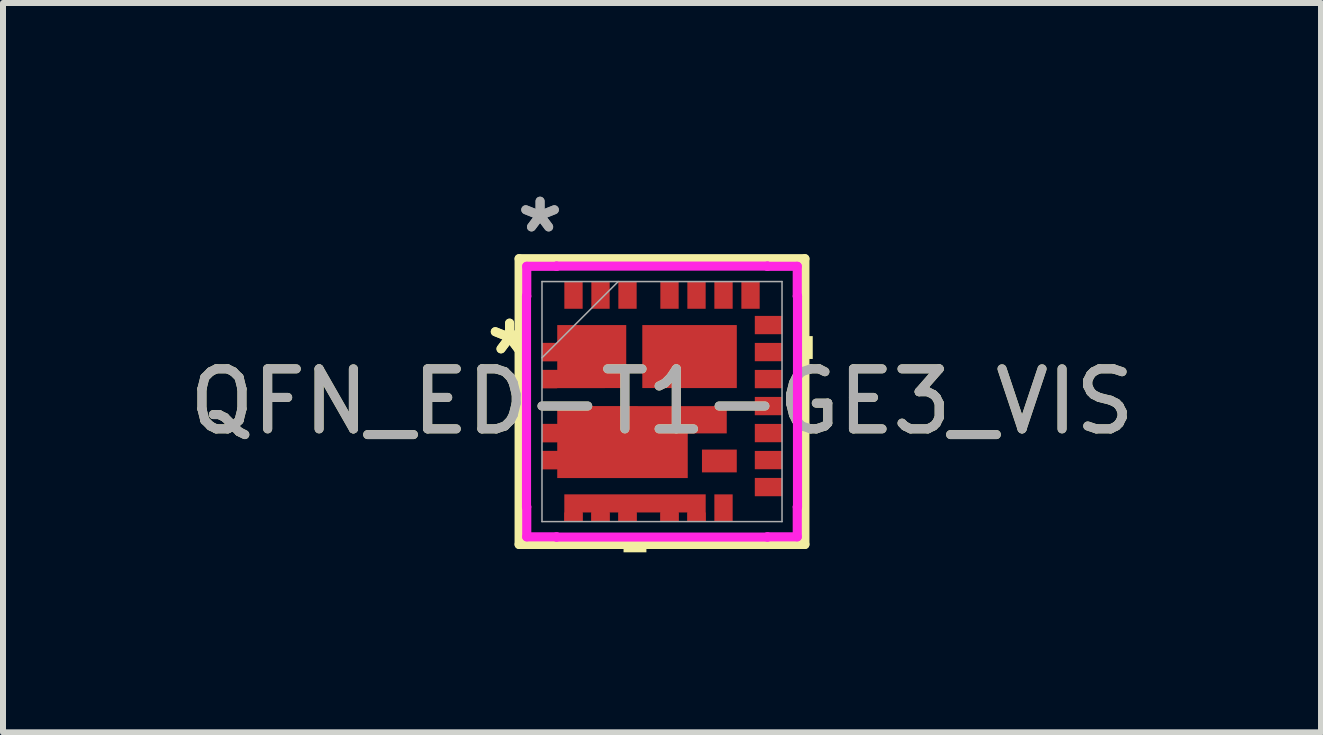
<source format=kicad_pcb>
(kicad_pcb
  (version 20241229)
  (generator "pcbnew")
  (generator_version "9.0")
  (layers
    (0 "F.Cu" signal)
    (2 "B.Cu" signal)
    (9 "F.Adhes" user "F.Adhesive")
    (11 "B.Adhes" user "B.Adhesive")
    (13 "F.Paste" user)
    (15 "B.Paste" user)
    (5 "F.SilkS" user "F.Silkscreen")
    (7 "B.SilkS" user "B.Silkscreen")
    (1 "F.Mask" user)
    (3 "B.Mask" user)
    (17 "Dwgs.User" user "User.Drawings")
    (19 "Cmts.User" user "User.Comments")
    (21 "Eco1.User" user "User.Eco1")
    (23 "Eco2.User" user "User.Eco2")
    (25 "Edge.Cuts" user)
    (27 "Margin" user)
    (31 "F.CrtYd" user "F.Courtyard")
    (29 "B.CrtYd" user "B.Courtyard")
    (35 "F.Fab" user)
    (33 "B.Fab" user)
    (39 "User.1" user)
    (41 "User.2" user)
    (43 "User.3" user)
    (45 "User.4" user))
  (footprint "QFN_ED-T1-GE3_VIS"
    (layer "F.Cu")
    (at 7.982 3.642)
    (property "Reference" "QFN_ED-T1-GE3_VIS" (at 0 0 0) (unlocked yes) (layer "F.SilkS") (effects (font (size 1 1) (thickness 0.15))))
    (attr smd)
    (fp_poly (pts (xy -2 -0.977) (xy -1.746 -0.977) (xy -1.746 -1.275) (xy -0.596 -1.275) (xy -0.596 -0.225) (xy -2 -0.223) (xy -2 -0.527) (xy -1.746 -0.527) (xy -1.746 -0.673) (xy -2 -0.673)) (stroke (width 0) (type solid)) (fill yes) (layer "F.Cu"))
    (fp_poly (pts (xy -1.746 1.275) (xy -1.746 1.127) (xy -2 1.127) (xy -2 0.823) (xy -1.746 0.823) (xy -1.746 0.677) (xy -2 0.677) (xy -2 0.373) (xy -1.746 0.373) (xy -1.746 0.075) (xy 1.079 0.076) (xy 1.079 0.53) (xy 0.429 0.53) (xy 0.429 1.275)) (stroke (width 0) (type solid)) (fill yes) (layer "F.Cu"))
    (fp_poly (pts (xy -1.628 2) (xy -1.628 1.546) (xy 0.728 1.546) (xy 0.728 2) (xy 0.423 2) (xy 0.423 1.848) (xy 0.277 1.848) (xy 0.277 2) (xy -0.027 2) (xy -0.027 1.848) (xy -0.423 1.848) (xy -0.423 2) (xy -0.727 2) (xy -0.727 1.848) (xy -0.873 1.848) (xy -0.873 2) (xy -1.178 2) (xy -1.178 1.848) (xy -1.323 1.848) (xy -1.323 2)) (stroke (width 0) (type solid)) (fill yes) (layer "F.Cu"))
    (fp_poly (pts (xy -2 -0.977) (xy -1.746 -0.977) (xy -1.746 -1.275) (xy -0.596 -1.275) (xy -0.596 -0.225) (xy -2 -0.223) (xy -2 -0.527) (xy -1.746 -0.527) (xy -1.746 -0.673) (xy -2 -0.673)) (stroke (width 0) (type solid)) (fill yes) (layer "F.Mask"))
    (fp_poly (pts (xy -1.746 1.275) (xy -1.746 1.127) (xy -2 1.127) (xy -2 0.823) (xy -1.746 0.823) (xy -1.746 0.677) (xy -2 0.677) (xy -2 0.373) (xy -1.746 0.373) (xy -1.746 0.075) (xy 1.079 0.076) (xy 1.079 0.53) (xy 0.429 0.53) (xy 0.429 1.275)) (stroke (width 0) (type solid)) (fill yes) (layer "F.Mask"))
    (fp_poly (pts (xy -1.628 1.546) (xy 0.728 1.546) (xy 0.728 2) (xy 0.423 2) (xy 0.423 1.848) (xy 0.277 1.848) (xy 0.277 2) (xy -0.027 2) (xy -0.027 1.848) (xy -0.423 1.848) (xy -0.423 2) (xy -0.727 2) (xy -0.727 1.848) (xy -0.873 1.848) (xy -0.873 2) (xy -1.178 2) (xy -1.178 1.848) (xy -1.323 1.848) (xy -1.323 2) (xy -1.628 2)) (stroke (width 0) (type solid)) (fill yes) (layer "F.Mask"))
    (fp_line (start -2.381 -2.381) (end -2.381 2.381) (stroke (width 0.152) (type solid)) (layer "F.SilkS"))
    (fp_line (start -2.381 2.381) (end 2.381 2.381) (stroke (width 0.152) (type solid)) (layer "F.SilkS"))
    (fp_line (start 2.381 -2.381) (end -2.381 -2.381) (stroke (width 0.152) (type solid)) (layer "F.SilkS"))
    (fp_line (start 2.381 2.381) (end 2.381 -2.381) (stroke (width 0.152) (type solid)) (layer "F.SilkS"))
    (fp_poly (pts (xy -0.641 2.258) (xy -0.641 2.512) (xy -0.26 2.512) (xy -0.26 2.258)) (stroke (width 0) (type solid)) (fill yes) (layer "F.SilkS"))
    (fp_poly (pts (xy 2.512 -1.091) (xy 2.512 -0.71) (xy 2.258 -0.71) (xy 2.258 -1.091)) (stroke (width 0) (type solid)) (fill yes) (layer "F.SilkS"))
    (fp_poly (pts (xy -2 -0.977) (xy -1.746 -0.977) (xy -1.746 -1.275) (xy -0.596 -1.275) (xy -0.596 -0.225) (xy -2 -0.223) (xy -2 -0.527) (xy -1.746 -0.527) (xy -1.746 -0.673) (xy -2 -0.673)) (stroke (width 0) (type solid)) (fill yes) (layer "F.Paste"))
    (fp_poly (pts (xy -1.746 0.075) (xy 1.079 0.076) (xy 1.079 0.53) (xy 0.429 0.53) (xy 0.429 1.275) (xy -1.746 1.275) (xy -1.746 1.127) (xy -2 1.127) (xy -2 0.823) (xy -1.746 0.823) (xy -1.746 0.677) (xy -2 0.677) (xy -2 0.373) (xy -1.746 0.373)) (stroke (width 0) (type solid)) (fill yes) (layer "F.Paste"))
    (fp_poly (pts (xy -0.727 2) (xy -0.727 1.848) (xy -0.873 1.848) (xy -0.873 2) (xy -1.178 2) (xy -1.178 1.848) (xy -1.323 1.848) (xy -1.323 2) (xy -1.628 2) (xy -1.628 1.546) (xy 0.728 1.546) (xy 0.728 2) (xy 0.423 2) (xy 0.423 1.848) (xy 0.277 1.848) (xy 0.277 2) (xy -0.027 2) (xy -0.027 1.848) (xy -0.423 1.848) (xy -0.423 2)) (stroke (width 0) (type solid)) (fill yes) (layer "F.Paste"))
    (fp_line (start -2.258 -1.756) (end -2.254 -1.756) (stroke (width 0.152) (type solid)) (layer "F.CrtYd"))
    (fp_line (start -2.258 1.756) (end -2.258 -1.756) (stroke (width 0.152) (type solid)) (layer "F.CrtYd"))
    (fp_line (start -2.254 -2.254) (end -1.757 -2.254) (stroke (width 0.152) (type solid)) (layer "F.CrtYd"))
    (fp_line (start -2.254 -1.756) (end -2.254 -2.254) (stroke (width 0.152) (type solid)) (layer "F.CrtYd"))
    (fp_line (start -2.254 1.756) (end -2.258 1.756) (stroke (width 0.152) (type solid)) (layer "F.CrtYd"))
    (fp_line (start -2.254 2.254) (end -2.254 1.756) (stroke (width 0.152) (type solid)) (layer "F.CrtYd"))
    (fp_line (start -1.757 -2.258) (end 1.757 -2.258) (stroke (width 0.152) (type solid)) (layer "F.CrtYd"))
    (fp_line (start -1.757 -2.254) (end -1.757 -2.258) (stroke (width 0.152) (type solid)) (layer "F.CrtYd"))
    (fp_line (start -1.757 2.254) (end -2.254 2.254) (stroke (width 0.152) (type solid)) (layer "F.CrtYd"))
    (fp_line (start -1.757 2.258) (end -1.757 2.254) (stroke (width 0.152) (type solid)) (layer "F.CrtYd"))
    (fp_line (start 1.757 -2.258) (end 1.757 -2.254) (stroke (width 0.152) (type solid)) (layer "F.CrtYd"))
    (fp_line (start 1.757 -2.254) (end 2.254 -2.254) (stroke (width 0.152) (type solid)) (layer "F.CrtYd"))
    (fp_line (start 1.757 2.254) (end 1.757 2.258) (stroke (width 0.152) (type solid)) (layer "F.CrtYd"))
    (fp_line (start 1.757 2.258) (end -1.757 2.258) (stroke (width 0.152) (type solid)) (layer "F.CrtYd"))
    (fp_line (start 2.254 -2.254) (end 2.254 -1.756) (stroke (width 0.152) (type solid)) (layer "F.CrtYd"))
    (fp_line (start 2.254 -1.756) (end 2.258 -1.756) (stroke (width 0.152) (type solid)) (layer "F.CrtYd"))
    (fp_line (start 2.254 1.756) (end 2.254 2.254) (stroke (width 0.152) (type solid)) (layer "F.CrtYd"))
    (fp_line (start 2.254 2.254) (end 1.757 2.254) (stroke (width 0.152) (type solid)) (layer "F.CrtYd"))
    (fp_line (start 2.258 -1.756) (end 2.258 1.756) (stroke (width 0.152) (type solid)) (layer "F.CrtYd"))
    (fp_line (start 2.258 1.756) (end 2.254 1.756) (stroke (width 0.152) (type solid)) (layer "F.CrtYd"))
    (fp_line (start -2 -2) (end -2 2) (stroke (width 0.025) (type solid)) (layer "F.Fab"))
    (fp_line (start -2 -0.73) (end -0.73 -2) (stroke (width 0.025) (type solid)) (layer "F.Fab"))
    (fp_line (start -2 2) (end 2 2) (stroke (width 0.025) (type solid)) (layer "F.Fab"))
    (fp_line (start 2 -2) (end -2 -2) (stroke (width 0.025) (type solid)) (layer "F.Fab"))
    (fp_line (start 2 2) (end 2 -2) (stroke (width 0.025) (type solid)) (layer "F.Fab"))
    (fp_text user "*" (at -2.54 -0.762 0) (layer "F.SilkS") (effects (font (size 1 1) (thickness 0.15))))
    (fp_text user "*" (at -2.54 -0.762 0) (unlocked yes) (layer "F.SilkS") (effects (font (size 1 1) (thickness 0.15))))
    (fp_text user "*" (at -2.032 -2.794 0) (layer "F.Fab") (effects (font (size 1 1) (thickness 0.15))))
    (fp_text user "*" (at -2.032 -2.794 0) (unlocked yes) (layer "F.Fab") (effects (font (size 1 1) (thickness 0.15))))
    (fp_text user "${REFERENCE}" (at 0 0 0) (unlocked yes) (layer "F.Fab") (effects (font (size 1 1) (thickness 0.15))))
    (pad "1" smd rect (at -1.873 -0.825 90) (size 0.305 0.254) (layers "F.Cu" "F.Mask" "F.Paste"))
    (pad "2" smd rect (at -1.873 -0.375 90) (size 0.305 0.254) (layers "F.Cu" "F.Mask" "F.Paste"))
    (pad "3" smd rect (at -1.873 0.525 90) (size 0.305 0.254) (layers "F.Cu" "F.Mask" "F.Paste"))
    (pad "4" smd rect (at -1.873 0.975 90) (size 0.305 0.254) (layers "F.Cu" "F.Mask" "F.Paste"))
    (pad "5" smd rect (at -1.475 1.924) (size 0.305 0.152) (layers "F.Cu" "F.Mask" "F.Paste"))
    (pad "6" smd rect (at -1.025 1.924) (size 0.305 0.152) (layers "F.Cu" "F.Mask" "F.Paste"))
    (pad "7" smd rect (at -0.575 1.924) (size 0.305 0.152) (layers "F.Cu" "F.Mask" "F.Paste"))
    (pad "8" smd rect (at 0.125 1.924) (size 0.305 0.152) (layers "F.Cu" "F.Mask" "F.Paste"))
    (pad "9" smd rect (at 0.575 1.924) (size 0.305 0.152) (layers "F.Cu" "F.Mask" "F.Paste"))
    (pad "10" smd rect (at 1.025 1.775) (size 0.305 0.457) (layers "F.Cu" "F.Mask" "F.Paste"))
    (pad "11" smd rect (at 1.775 1.425 90) (size 0.305 0.457) (layers "F.Cu" "F.Mask" "F.Paste"))
    (pad "12" smd rect (at 1.775 0.975 90) (size 0.305 0.457) (layers "F.Cu" "F.Mask" "F.Paste"))
    (pad "13" smd rect (at 1.775 0.525 90) (size 0.305 0.457) (layers "F.Cu" "F.Mask" "F.Paste"))
    (pad "14" smd rect (at 1.775 0.075 90) (size 0.305 0.457) (layers "F.Cu" "F.Mask" "F.Paste"))
    (pad "15" smd rect (at 1.775 -0.375 90) (size 0.305 0.457) (layers "F.Cu" "F.Mask" "F.Paste"))
    (pad "16" smd rect (at 1.775 -0.825 90) (size 0.305 0.457) (layers "F.Cu" "F.Mask" "F.Paste"))
    (pad "17" smd rect (at 1.775 -1.275 90) (size 0.305 0.457) (layers "F.Cu" "F.Mask" "F.Paste"))
    (pad "18" smd rect (at 1.475 -1.775) (size 0.305 0.457) (layers "F.Cu" "F.Mask" "F.Paste"))
    (pad "19" smd rect (at 1.025 -1.775) (size 0.305 0.457) (layers "F.Cu" "F.Mask" "F.Paste"))
    (pad "20" smd rect (at 0.575 -1.775) (size 0.305 0.457) (layers "F.Cu" "F.Mask" "F.Paste"))
    (pad "21" smd rect (at 0.125 -1.775) (size 0.305 0.457) (layers "F.Cu" "F.Mask" "F.Paste"))
    (pad "22" smd rect (at -0.575 -1.775) (size 0.305 0.457) (layers "F.Cu" "F.Mask" "F.Paste"))
    (pad "23" smd rect (at -1.025 -1.775) (size 0.305 0.457) (layers "F.Cu" "F.Mask" "F.Paste"))
    (pad "24" smd rect (at -1.475 -1.775) (size 0.305 0.457) (layers "F.Cu" "F.Mask" "F.Paste"))
    (pad "25" smd rect (at 0.459 -0.75) (size 1.575 1.05) (layers "F.Cu" "F.Mask" "F.Paste"))
    (pad "26" smd circle (at -1.143 -0.762) (size 0.127 0.127) (layers "F.Cu" "F.Mask" "F.Paste"))
    (pad "27" smd circle (at -0.635 0.635) (size 0.127 0.127) (layers "F.Cu" "F.Mask" "F.Paste"))
    (pad "28" smd rect (at 0.956 0.99) (size 0.58 0.38) (layers "F.Cu" "F.Mask" "F.Paste")))
  (gr_rect
    (start -3 -3)
    (end 18.964 9.154)
    (stroke (width 0.1) (type default))
    (fill no)
    (layer "Edge.Cuts")))
</source>
